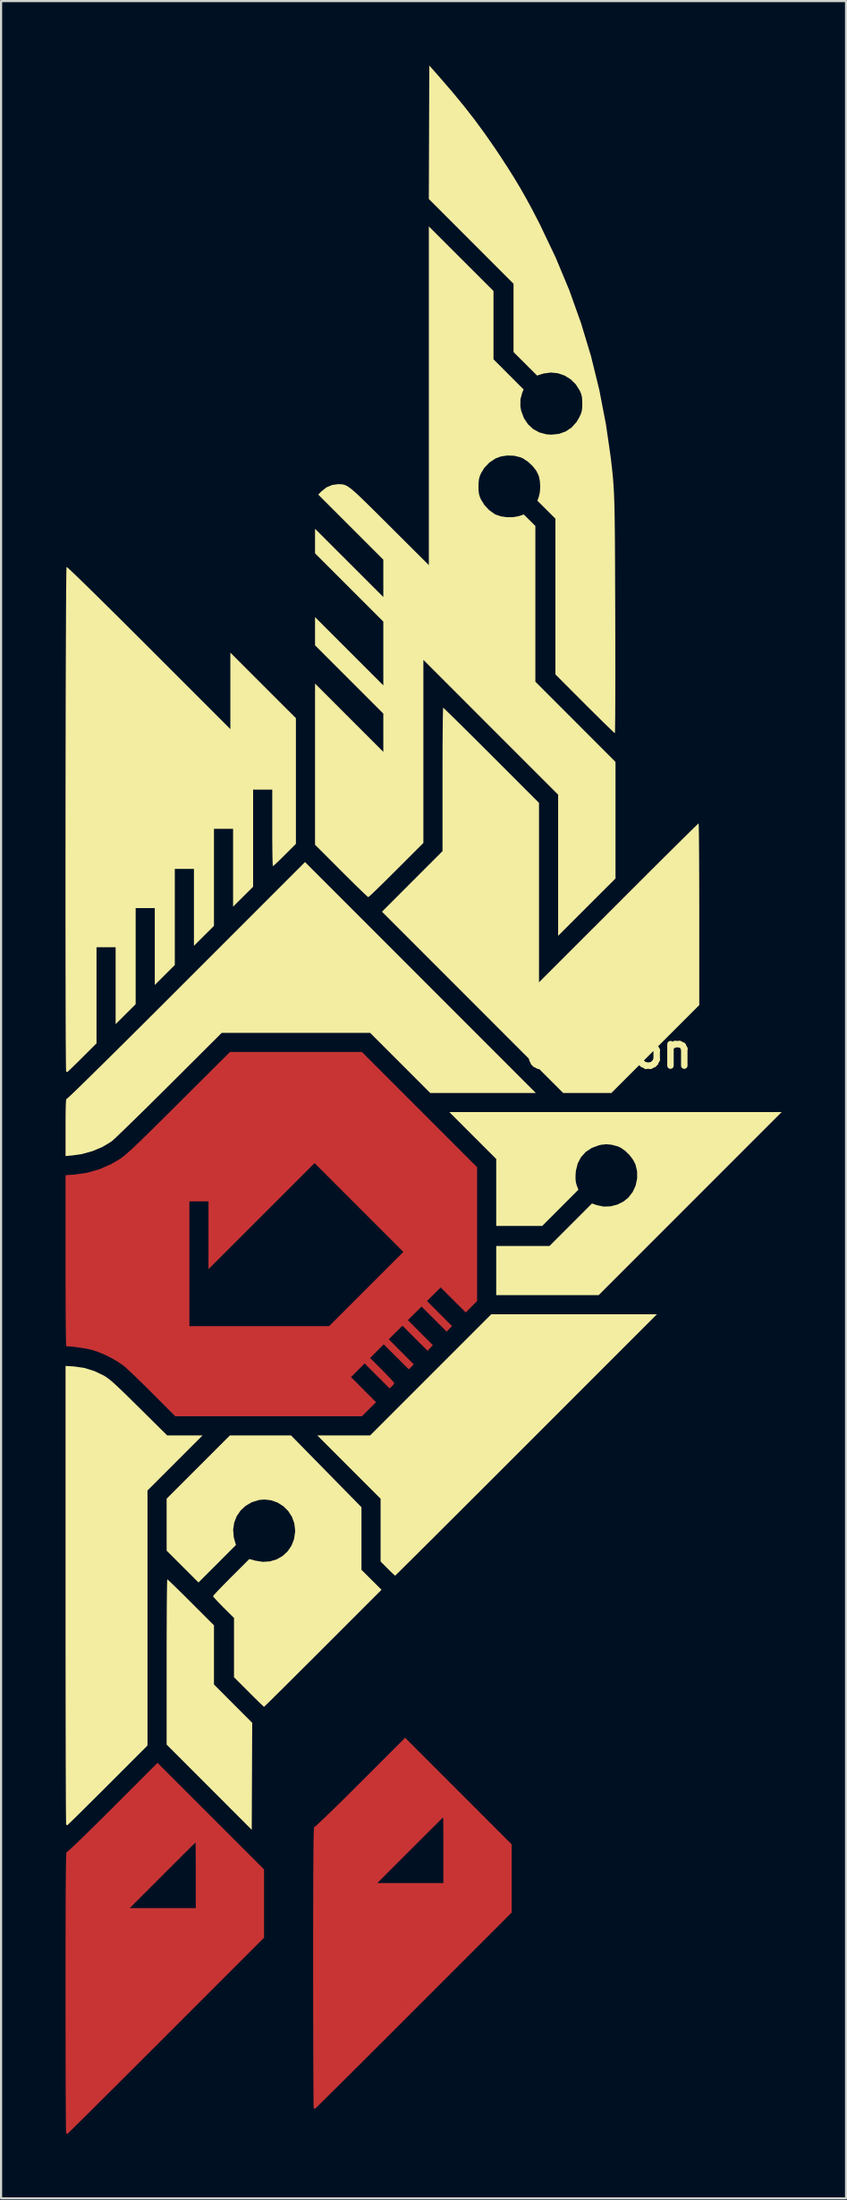
<source format=kicad_pcb>
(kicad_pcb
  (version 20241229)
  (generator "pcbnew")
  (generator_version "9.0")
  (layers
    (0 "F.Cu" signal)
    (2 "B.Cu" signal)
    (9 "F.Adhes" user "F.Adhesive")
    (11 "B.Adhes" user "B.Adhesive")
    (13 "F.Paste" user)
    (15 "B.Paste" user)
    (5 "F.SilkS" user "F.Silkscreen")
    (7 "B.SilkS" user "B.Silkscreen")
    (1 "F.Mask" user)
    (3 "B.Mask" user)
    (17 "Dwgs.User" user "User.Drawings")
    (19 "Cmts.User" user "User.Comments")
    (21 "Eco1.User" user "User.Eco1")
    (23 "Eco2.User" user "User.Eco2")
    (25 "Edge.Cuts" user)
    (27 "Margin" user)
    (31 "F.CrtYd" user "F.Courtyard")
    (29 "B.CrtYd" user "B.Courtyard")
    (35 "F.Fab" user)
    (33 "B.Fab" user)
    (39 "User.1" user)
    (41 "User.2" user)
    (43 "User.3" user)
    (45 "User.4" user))
  (footprint "dragon"
    (layer "F.Cu")
    (at 25.318 45.885)
    (property "Reference" "dragon" (at 0 0 0) (layer "F.SilkS") (effects (font (size 1.5 1.5) (thickness 0.3))))
    (attr board_only exclude_from_pos_files exclude_from_bom)
    (fp_poly (pts (xy -18.552 35.619) (xy -16.071 38.1) (xy -16.071 39.69) (xy -16.071 41.28) (xy -20.64 45.849) (xy -21.159 46.368) (xy -21.662 46.87) (xy -22.145 47.352) (xy -22.605 47.811) (xy -23.039 48.244) (xy -23.444 48.647) (xy -23.816 49.017) (xy -24.152 49.351) (xy -24.449 49.646) (xy -24.704 49.898) (xy -24.912 50.104) (xy -25.072 50.261) (xy -25.18 50.366) (xy -25.232 50.415) (xy -25.237 50.418) (xy -25.273 50.385) (xy -25.289 50.351) (xy -25.292 50.302) (xy -25.295 50.172) (xy -25.298 49.967) (xy -25.3 49.692) (xy -25.303 49.349) (xy -25.305 48.946) (xy -25.307 48.485) (xy -25.309 47.972) (xy -25.311 47.412) (xy -25.312 46.808) (xy -25.313 46.166) (xy -25.314 45.491) (xy -25.315 44.786) (xy -25.315 44.057) (xy -25.315 43.776) (xy -25.315 42.843) (xy -25.314 41.993) (xy -25.314 41.222) (xy -25.312 40.529) (xy -25.31 39.91) (xy -25.31 39.902) (xy -22.325 39.902) (xy -20.788 39.902) (xy -19.251 39.902) (xy -19.251 38.376) (xy -19.252 38.025) (xy -19.253 37.703) (xy -19.254 37.419) (xy -19.256 37.182) (xy -19.258 37.002) (xy -19.26 36.888) (xy -19.262 36.849) (xy -19.293 36.878) (xy -19.379 36.962) (xy -19.513 37.094) (xy -19.69 37.269) (xy -19.904 37.482) (xy -20.149 37.727) (xy -20.421 37.998) (xy -20.713 38.289) (xy -20.799 38.376) (xy -22.325 39.902) (xy -25.31 39.902) (xy -25.308 39.364) (xy -25.306 38.888) (xy -25.302 38.48) (xy -25.299 38.136) (xy -25.295 37.855) (xy -25.29 37.634) (xy -25.285 37.47) (xy -25.279 37.362) (xy -25.273 37.306) (xy -25.268 37.297) (xy -25.23 37.273) (xy -25.136 37.192) (xy -24.989 37.058) (xy -24.795 36.874) (xy -24.555 36.643) (xy -24.275 36.37) (xy -23.957 36.058) (xy -23.605 35.71) (xy -23.223 35.329) (xy -23.126 35.233) (xy -21.032 33.139)) (stroke (width 0) (type solid)) (fill yes) (layer "F.Cu"))
    (fp_poly (pts (xy -7.02 34.451) (xy -4.54 36.932) (xy -4.54 38.522) (xy -4.54 40.112) (xy -9.109 44.681) (xy -9.628 45.2) (xy -10.13 45.702) (xy -10.613 46.184) (xy -11.073 46.643) (xy -11.507 47.076) (xy -11.912 47.479) (xy -12.284 47.849) (xy -12.62 48.183) (xy -12.918 48.478) (xy -13.172 48.73) (xy -13.381 48.936) (xy -13.541 49.093) (xy -13.649 49.198) (xy -13.701 49.247) (xy -13.705 49.25) (xy -13.741 49.217) (xy -13.758 49.183) (xy -13.761 49.134) (xy -13.764 49.004) (xy -13.766 48.799) (xy -13.769 48.523) (xy -13.771 48.181) (xy -13.774 47.778) (xy -13.776 47.317) (xy -13.778 46.804) (xy -13.779 46.244) (xy -13.781 45.64) (xy -13.782 44.998) (xy -13.783 44.323) (xy -13.783 43.618) (xy -13.784 42.889) (xy -13.784 42.608) (xy -13.784 41.675) (xy -13.783 40.824) (xy -13.782 40.054) (xy -13.781 39.36) (xy -13.779 38.742) (xy -13.779 38.734) (xy -10.794 38.734) (xy -9.257 38.734) (xy -7.72 38.734) (xy -7.72 37.207) (xy -7.72 36.857) (xy -7.721 36.535) (xy -7.722 36.251) (xy -7.724 36.014) (xy -7.726 35.834) (xy -7.728 35.719) (xy -7.731 35.681) (xy -7.762 35.71) (xy -7.847 35.793) (xy -7.981 35.926) (xy -8.158 36.101) (xy -8.372 36.314) (xy -8.618 36.559) (xy -8.889 36.829) (xy -9.181 37.121) (xy -9.268 37.207) (xy -10.794 38.734) (xy -13.779 38.734) (xy -13.777 38.196) (xy -13.774 37.72) (xy -13.771 37.311) (xy -13.767 36.968) (xy -13.763 36.687) (xy -13.759 36.466) (xy -13.753 36.302) (xy -13.748 36.194) (xy -13.741 36.138) (xy -13.736 36.129) (xy -13.698 36.105) (xy -13.604 36.024) (xy -13.458 35.89) (xy -13.263 35.706) (xy -13.024 35.475) (xy -12.743 35.202) (xy -12.425 34.89) (xy -12.073 34.541) (xy -11.691 34.161) (xy -11.595 34.065) (xy -9.501 31.971)) (stroke (width 0) (type solid)) (fill yes) (layer "F.Cu"))
    (fp_poly (pts (xy -8.831 2.725) (xy -6.149 5.407) (xy -6.149 8.522) (xy -6.149 11.638) (xy -6.413 11.904) (xy -6.677 12.171) (xy -7.261 11.588) (xy -7.844 11.005) (xy -8.163 11.322) (xy -8.481 11.638) (xy -7.9 12.221) (xy -7.318 12.804) (xy -7.442 12.933) (xy -7.566 13.063) (xy -8.15 12.479) (xy -8.735 11.896) (xy -9.053 12.212) (xy -9.372 12.529) (xy -8.79 13.112) (xy -8.208 13.694) (xy -8.332 13.824) (xy -8.456 13.953) (xy -9.041 13.37) (xy -9.625 12.786) (xy -9.944 13.103) (xy -10.262 13.419) (xy -9.68 14.003) (xy -9.097 14.587) (xy -9.213 14.703) (xy -9.329 14.819) (xy -9.913 14.236) (xy -10.497 13.654) (xy -10.813 13.972) (xy -11.129 14.291) (xy -10.568 14.853) (xy -10.392 15.032) (xy -10.238 15.193) (xy -10.116 15.324) (xy -10.036 15.417) (xy -10.007 15.46) (xy -10.007 15.46) (xy -10.036 15.517) (xy -10.105 15.597) (xy -10.115 15.606) (xy -10.222 15.707) (xy -10.805 15.125) (xy -11.387 14.544) (xy -11.703 14.863) (xy -12.02 15.181) (xy -11.437 15.765) (xy -10.855 16.348) (xy -11.185 16.676) (xy -11.515 17.004) (xy -15.86 17.004) (xy -20.206 17.004) (xy -21.287 15.92) (xy -21.549 15.659) (xy -21.803 15.409) (xy -22.042 15.178) (xy -22.256 14.974) (xy -22.435 14.807) (xy -22.571 14.685) (xy -22.644 14.625) (xy -22.901 14.45) (xy -23.209 14.276) (xy -23.538 14.116) (xy -23.859 13.986) (xy -24.107 13.908) (xy -24.297 13.866) (xy -24.541 13.824) (xy -24.804 13.786) (xy -25.055 13.757) (xy -25.261 13.741) (xy -25.283 13.74) (xy -25.288 13.698) (xy -25.292 13.578) (xy -25.296 13.384) (xy -25.3 13.123) (xy -25.304 12.806) (xy -19.548 12.806) (xy -16.294 12.806) (xy -13.04 12.806) (xy -11.311 11.078) (xy -9.583 9.35) (xy -11.65 7.283) (xy -13.717 5.216) (xy -16.188 7.686) (xy -18.658 10.155) (xy -18.658 8.576) (xy -18.658 6.997) (xy -19.103 6.997) (xy -19.548 6.997) (xy -19.548 9.901) (xy -19.548 12.806) (xy -25.304 12.806) (xy -25.304 12.801) (xy -25.307 12.424) (xy -25.31 11.996) (xy -25.312 11.525) (xy -25.314 11.016) (xy -25.315 10.475) (xy -25.315 9.908) (xy -25.315 9.759) (xy -25.315 5.779) (xy -24.919 5.752) (xy -24.317 5.667) (xy -23.734 5.501) (xy -23.175 5.254) (xy -22.782 5.022) (xy -22.702 4.967) (xy -22.612 4.897) (xy -22.506 4.809) (xy -22.38 4.699) (xy -22.229 4.562) (xy -22.051 4.395) (xy -21.84 4.192) (xy -21.591 3.951) (xy -21.301 3.667) (xy -20.966 3.336) (xy -20.58 2.953) (xy -20.14 2.515) (xy -20.034 2.41) (xy -17.658 0.042) (xy -14.585 0.042) (xy -11.512 0.042)) (stroke (width 0) (type solid)) (fill yes) (layer "F.Cu"))
    (fp_poly (pts (xy -20.541 24.623) (xy -20.452 24.706) (xy -20.317 24.835) (xy -20.143 25.004) (xy -19.937 25.206) (xy -19.706 25.434) (xy -19.474 25.665) (xy -18.403 26.735) (xy -18.403 28.113) (xy -18.403 29.491) (xy -17.513 30.383) (xy -16.622 31.274) (xy -16.633 33.765) (xy -16.644 36.256) (xy -18.626 34.273) (xy -20.608 32.29) (xy -20.608 28.442) (xy -20.608 27.879) (xy -20.607 27.341) (xy -20.605 26.833) (xy -20.603 26.362) (xy -20.601 25.934) (xy -20.598 25.554) (xy -20.594 25.229) (xy -20.59 24.965) (xy -20.586 24.767) (xy -20.582 24.642) (xy -20.577 24.595) (xy -20.577 24.594)) (stroke (width 0) (type solid)) (fill yes) (layer "F.SilkS"))
    (fp_poly (pts (xy -3.859 18.34) (xy -4.458 18.939) (xy -5.042 19.523) (xy -5.607 20.087) (xy -6.15 20.63) (xy -6.669 21.148) (xy -7.161 21.639) (xy -7.623 22.099) (xy -8.051 22.526) (xy -8.444 22.918) (xy -8.799 23.27) (xy -9.111 23.581) (xy -9.38 23.848) (xy -9.602 24.068) (xy -9.773 24.238) (xy -9.892 24.355) (xy -9.956 24.416) (xy -9.966 24.425) (xy -10.003 24.396) (xy -10.086 24.32) (xy -10.203 24.207) (xy -10.316 24.095) (xy -10.643 23.766) (xy -10.643 22.304) (xy -10.643 20.842) (xy -12.117 19.368) (xy -13.59 17.894) (xy -12.36 17.894) (xy -11.131 17.894) (xy -8.311 15.075) (xy -5.492 12.255) (xy -1.633 12.255) (xy 2.226 12.255)) (stroke (width 0) (type solid)) (fill yes) (layer "F.SilkS"))
    (fp_poly (pts (xy -8.788 -3.424) (xy -3.414 1.951) (xy -5.873 1.951) (xy -8.333 1.951) (xy -9.732 0.551) (xy -11.131 -0.848) (xy -14.586 -0.848) (xy -18.041 -0.848) (xy -20.501 1.604) (xy -20.886 1.986) (xy -21.257 2.354) (xy -21.61 2.703) (xy -21.941 3.027) (xy -22.243 3.323) (xy -22.512 3.585) (xy -22.744 3.808) (xy -22.932 3.988) (xy -23.073 4.119) (xy -23.161 4.197) (xy -23.181 4.213) (xy -23.594 4.462) (xy -24.058 4.658) (xy -24.552 4.795) (xy -24.987 4.859) (xy -25.315 4.888) (xy -25.315 3.544) (xy -25.314 3.143) (xy -25.311 2.822) (xy -25.306 2.575) (xy -25.299 2.398) (xy -25.29 2.286) (xy -25.277 2.234) (xy -25.268 2.229) (xy -25.233 2.203) (xy -25.14 2.119) (xy -24.992 1.979) (xy -24.79 1.785) (xy -24.537 1.539) (xy -24.236 1.244) (xy -23.887 0.901) (xy -23.494 0.514) (xy -23.058 0.083) (xy -22.582 -0.389) (xy -22.068 -0.9) (xy -21.518 -1.447) (xy -20.934 -2.029) (xy -20.318 -2.644) (xy -19.692 -3.27) (xy -14.163 -8.799)) (stroke (width 0) (type solid)) (fill yes) (layer "F.SilkS"))
    (fp_poly (pts (xy 3.774 7.103) (xy -0.487 11.364) (xy -2.873 11.364) (xy -5.258 11.364) (xy -5.258 10.219) (xy -5.258 9.074) (xy -4.017 9.074) (xy -2.777 9.074) (xy -1.788 8.085) (xy -0.8 7.096) (xy -0.559 7.178) (xy -0.251 7.24) (xy 0.069 7.228) (xy 0.384 7.147) (xy 0.675 7.001) (xy 0.89 6.827) (xy 1.095 6.565) (xy 1.234 6.262) (xy 1.305 5.935) (xy 1.304 5.601) (xy 1.227 5.279) (xy 1.112 5.057) (xy 0.947 4.84) (xy 0.75 4.648) (xy 0.543 4.502) (xy 0.403 4.438) (xy 0.121 4.362) (xy -0.127 4.338) (xy -0.371 4.363) (xy -0.469 4.385) (xy -0.807 4.51) (xy -1.088 4.696) (xy -1.308 4.938) (xy -1.462 5.231) (xy -1.547 5.572) (xy -1.56 5.715) (xy -1.566 5.932) (xy -1.551 6.096) (xy -1.514 6.236) (xy -1.505 6.26) (xy -1.431 6.455) (xy -2.273 7.298) (xy -3.116 8.142) (xy -4.187 8.142) (xy -5.258 8.142) (xy -5.258 6.584) (xy -5.258 5.025) (xy -6.35 3.933) (xy -7.441 2.841) (xy 0.297 2.841) (xy 8.035 2.841)) (stroke (width 0) (type solid)) (fill yes) (layer "F.SilkS"))
    (fp_poly (pts (xy -24.921 14.683) (xy -24.439 14.752) (xy -23.961 14.903) (xy -23.534 15.108) (xy -23.447 15.16) (xy -23.355 15.224) (xy -23.251 15.304) (xy -23.128 15.407) (xy -22.981 15.54) (xy -22.803 15.707) (xy -22.586 15.915) (xy -22.326 16.169) (xy -22.014 16.477) (xy -21.899 16.59) (xy -20.582 17.894) (xy -19.758 17.894) (xy -18.934 17.894) (xy -20.216 19.177) (xy -21.499 20.46) (xy -21.499 26.397) (xy -21.499 32.333) (xy -23.354 34.188) (xy -23.682 34.516) (xy -23.993 34.825) (xy -24.28 35.111) (xy -24.539 35.368) (xy -24.765 35.591) (xy -24.953 35.775) (xy -25.097 35.915) (xy -25.192 36.006) (xy -25.233 36.043) (xy -25.234 36.043) (xy -25.284 36.018) (xy -25.287 36.015) (xy -25.289 35.971) (xy -25.292 35.845) (xy -25.294 35.642) (xy -25.297 35.365) (xy -25.299 35.017) (xy -25.301 34.603) (xy -25.303 34.125) (xy -25.305 33.588) (xy -25.307 32.994) (xy -25.308 32.348) (xy -25.31 31.653) (xy -25.311 30.913) (xy -25.312 30.131) (xy -25.313 29.312) (xy -25.314 28.457) (xy -25.315 27.572) (xy -25.315 26.659) (xy -25.315 25.723) (xy -25.315 25.323) (xy -25.315 14.659)) (stroke (width 0) (type solid)) (fill yes) (layer "F.SilkS"))
    (fp_poly (pts (xy -7.694 -15.957) (xy -7.604 -15.872) (xy -7.465 -15.737) (xy -7.279 -15.556) (xy -7.053 -15.333) (xy -6.79 -15.074) (xy -6.496 -14.782) (xy -6.176 -14.464) (xy -5.833 -14.123) (xy -5.481 -13.771) (xy -3.265 -11.555) (xy -3.265 -7.379) (xy -3.265 -3.202) (xy 0.435 -6.901) (xy 0.901 -7.367) (xy 1.351 -7.816) (xy 1.78 -8.245) (xy 2.186 -8.649) (xy 2.564 -9.025) (xy 2.912 -9.37) (xy 3.224 -9.68) (xy 3.499 -9.951) (xy 3.731 -10.18) (xy 3.917 -10.363) (xy 4.055 -10.497) (xy 4.139 -10.577) (xy 4.166 -10.601) (xy 4.171 -10.56) (xy 4.175 -10.439) (xy 4.179 -10.245) (xy 4.183 -9.983) (xy 4.186 -9.659) (xy 4.189 -9.279) (xy 4.192 -8.848) (xy 4.194 -8.372) (xy 4.196 -7.857) (xy 4.197 -7.308) (xy 4.198 -6.731) (xy 4.198 -6.371) (xy 4.198 -2.141) (xy 2.152 -0.095) (xy 0.106 1.951) (xy -1.018 1.951) (xy -2.142 1.951) (xy -6.361 -2.269) (xy -10.579 -6.488) (xy -9.17 -7.898) (xy -7.76 -9.308) (xy -7.76 -12.647) (xy -7.76 -13.171) (xy -7.758 -13.67) (xy -7.757 -14.137) (xy -7.754 -14.566) (xy -7.751 -14.95) (xy -7.748 -15.284) (xy -7.744 -15.56) (xy -7.739 -15.773) (xy -7.735 -15.916) (xy -7.73 -15.982) (xy -7.728 -15.986)) (stroke (width 0) (type solid)) (fill yes) (layer "F.SilkS"))
    (fp_poly (pts (xy -13.174 19.566) (xy -11.534 21.237) (xy -11.534 22.694) (xy -11.534 24.151) (xy -11.067 24.616) (xy -10.6 25.081) (xy -13.325 27.806) (xy -13.724 28.205) (xy -14.106 28.586) (xy -14.466 28.945) (xy -14.801 29.279) (xy -15.106 29.582) (xy -15.377 29.851) (xy -15.61 30.081) (xy -15.799 30.268) (xy -15.943 30.408) (xy -16.034 30.497) (xy -16.071 30.531) (xy -16.071 30.531) (xy -16.106 30.502) (xy -16.192 30.422) (xy -16.321 30.298) (xy -16.483 30.139) (xy -16.669 29.954) (xy -16.782 29.841) (xy -17.47 29.152) (xy -17.47 27.773) (xy -17.47 26.395) (xy -17.958 25.909) (xy -18.122 25.742) (xy -18.263 25.595) (xy -18.37 25.478) (xy -18.433 25.402) (xy -18.446 25.379) (xy -18.417 25.339) (xy -18.335 25.247) (xy -18.209 25.112) (xy -18.044 24.941) (xy -17.851 24.743) (xy -17.635 24.525) (xy -17.602 24.493) (xy -16.758 23.65) (xy -16.479 23.725) (xy -16.128 23.781) (xy -15.794 23.759) (xy -15.485 23.666) (xy -15.21 23.51) (xy -14.977 23.297) (xy -14.796 23.033) (xy -14.675 22.726) (xy -14.624 22.381) (xy -14.623 22.313) (xy -14.663 21.982) (xy -14.775 21.68) (xy -14.948 21.413) (xy -15.173 21.191) (xy -15.439 21.023) (xy -15.737 20.916) (xy -16.057 20.878) (xy -16.303 20.901) (xy -16.635 21.002) (xy -16.923 21.169) (xy -17.162 21.39) (xy -17.343 21.656) (xy -17.461 21.956) (xy -17.51 22.28) (xy -17.483 22.618) (xy -17.451 22.75) (xy -17.379 22.997) (xy -18.251 23.87) (xy -19.124 24.742) (xy -19.866 24.001) (xy -20.608 23.26) (xy -20.608 22.05) (xy -20.608 20.841) (xy -19.135 19.368) (xy -17.661 17.894) (xy -16.238 17.894) (xy -14.814 17.894)) (stroke (width 0) (type solid)) (fill yes) (layer "F.SilkS"))
    (fp_poly (pts (xy -25.232 -22.515) (xy -25.138 -22.432) (xy -24.991 -22.294) (xy -24.791 -22.103) (xy -24.543 -21.863) (xy -24.248 -21.575) (xy -23.909 -21.242) (xy -23.529 -20.867) (xy -23.11 -20.453) (xy -22.655 -20.002) (xy -22.168 -19.516) (xy -21.649 -18.999) (xy -21.43 -18.78) (xy -17.64 -14.99) (xy -17.64 -16.771) (xy -17.64 -18.551) (xy -16.114 -17.025) (xy -14.587 -15.499) (xy -14.587 -12.572) (xy -14.587 -9.646) (xy -15.107 -9.127) (xy -15.278 -8.958) (xy -15.43 -8.811) (xy -15.55 -8.698) (xy -15.63 -8.627) (xy -15.658 -8.608) (xy -15.665 -8.649) (xy -15.671 -8.766) (xy -15.677 -8.95) (xy -15.681 -9.193) (xy -15.685 -9.486) (xy -15.688 -9.819) (xy -15.689 -10.185) (xy -15.689 -10.389) (xy -15.689 -12.17) (xy -16.135 -12.17) (xy -16.58 -12.17) (xy -16.58 -9.911) (xy -16.58 -7.652) (xy -17.046 -7.187) (xy -17.513 -6.722) (xy -17.513 -8.535) (xy -17.513 -10.347) (xy -17.958 -10.347) (xy -18.403 -10.347) (xy -18.403 -8.088) (xy -18.403 -5.829) (xy -18.87 -5.364) (xy -19.336 -4.899) (xy -19.336 -6.69) (xy -19.336 -8.481) (xy -19.781 -8.481) (xy -20.227 -8.481) (xy -20.227 -6.243) (xy -20.227 -4.006) (xy -20.693 -3.541) (xy -21.16 -3.076) (xy -21.16 -4.867) (xy -21.16 -6.657) (xy -21.605 -6.657) (xy -22.05 -6.657) (xy -22.05 -4.42) (xy -22.05 -2.182) (xy -22.517 -1.717) (xy -22.983 -1.252) (xy -22.983 -3.043) (xy -22.983 -4.834) (xy -23.428 -4.834) (xy -23.873 -4.834) (xy -23.873 -2.597) (xy -23.873 -0.359) (xy -24.542 0.308) (xy -24.736 0.501) (xy -24.911 0.672) (xy -25.056 0.813) (xy -25.164 0.915) (xy -25.224 0.969) (xy -25.234 0.975) (xy -25.284 0.95) (xy -25.287 0.947) (xy -25.291 0.901) (xy -25.294 0.775) (xy -25.297 0.573) (xy -25.3 0.298) (xy -25.303 -0.045) (xy -25.306 -0.451) (xy -25.308 -0.918) (xy -25.31 -1.44) (xy -25.312 -2.013) (xy -25.313 -2.633) (xy -25.314 -3.297) (xy -25.316 -3.999) (xy -25.316 -4.737) (xy -25.317 -5.504) (xy -25.318 -6.298) (xy -25.318 -7.115) (xy -25.318 -7.949) (xy -25.318 -8.797) (xy -25.317 -9.655) (xy -25.317 -10.518) (xy -25.316 -11.383) (xy -25.315 -12.244) (xy -25.314 -13.099) (xy -25.313 -13.943) (xy -25.311 -14.771) (xy -25.31 -15.58) (xy -25.308 -16.365) (xy -25.306 -17.122) (xy -25.304 -17.848) (xy -25.301 -18.537) (xy -25.299 -19.186) (xy -25.296 -19.79) (xy -25.294 -20.345) (xy -25.291 -20.848) (xy -25.288 -21.294) (xy -25.284 -21.678) (xy -25.281 -21.997) (xy -25.278 -22.247) (xy -25.274 -22.423) (xy -25.27 -22.521) (xy -25.268 -22.541)) (stroke (width 0) (type solid)) (fill yes) (layer "F.SilkS"))
    (fp_poly (pts (xy -7.859 -45.3) (xy -7.283 -44.632) (xy -6.757 -43.993) (xy -6.265 -43.362) (xy -5.789 -42.715) (xy -5.314 -42.031) (xy -5.067 -41.662) (xy -4.731 -41.146) (xy -4.429 -40.666) (xy -4.149 -40.199) (xy -3.879 -39.726) (xy -3.606 -39.224) (xy -3.319 -38.673) (xy -3.201 -38.439) (xy -2.488 -36.942) (xy -1.858 -35.431) (xy -1.311 -33.902) (xy -0.843 -32.351) (xy -0.456 -30.775) (xy -0.146 -29.168) (xy 0.064 -27.716) (xy 0.093 -27.483) (xy 0.118 -27.267) (xy 0.141 -27.063) (xy 0.162 -26.865) (xy 0.18 -26.669) (xy 0.196 -26.468) (xy 0.21 -26.258) (xy 0.223 -26.033) (xy 0.233 -25.788) (xy 0.242 -25.517) (xy 0.25 -25.214) (xy 0.257 -24.875) (xy 0.262 -24.494) (xy 0.267 -24.066) (xy 0.271 -23.584) (xy 0.274 -23.045) (xy 0.277 -22.442) (xy 0.279 -21.77) (xy 0.282 -21.023) (xy 0.285 -20.259) (xy 0.286 -19.585) (xy 0.288 -18.936) (xy 0.288 -18.316) (xy 0.289 -17.73) (xy 0.288 -17.182) (xy 0.287 -16.678) (xy 0.286 -16.223) (xy 0.284 -15.822) (xy 0.282 -15.48) (xy 0.279 -15.202) (xy 0.276 -14.993) (xy 0.272 -14.857) (xy 0.268 -14.8) (xy 0.267 -14.799) (xy 0.231 -14.828) (xy 0.141 -14.911) (xy 0.004 -15.043) (xy -0.175 -15.216) (xy -0.389 -15.426) (xy -0.632 -15.667) (xy -0.899 -15.931) (xy -1.135 -16.167) (xy -2.502 -17.535) (xy -2.502 -21.161) (xy -2.502 -24.787) (xy -2.922 -25.205) (xy -3.342 -25.624) (xy -3.277 -25.798) (xy -3.226 -26.012) (xy -3.209 -26.269) (xy -3.225 -26.534) (xy -3.274 -26.771) (xy -3.283 -26.797) (xy -3.396 -27.023) (xy -3.571 -27.245) (xy -3.786 -27.443) (xy -4.018 -27.595) (xy -4.134 -27.646) (xy -4.428 -27.717) (xy -4.743 -27.728) (xy -5.05 -27.68) (xy -5.291 -27.59) (xy -5.58 -27.397) (xy -5.817 -27.147) (xy -5.971 -26.89) (xy -6.031 -26.745) (xy -6.065 -26.607) (xy -6.081 -26.443) (xy -6.084 -26.29) (xy -6.08 -26.091) (xy -6.062 -25.942) (xy -6.024 -25.811) (xy -5.972 -25.688) (xy -5.808 -25.423) (xy -5.59 -25.188) (xy -5.341 -25.008) (xy -5.281 -24.977) (xy -5.045 -24.897) (xy -4.767 -24.856) (xy -4.483 -24.856) (xy -4.226 -24.9) (xy -4.193 -24.91) (xy -3.973 -24.982) (xy -3.704 -24.715) (xy -3.435 -24.448) (xy -3.435 -20.823) (xy -3.435 -17.197) (xy -1.569 -15.33) (xy 0.297 -13.462) (xy 0.297 -10.749) (xy 0.297 -8.035) (xy -1.039 -6.7) (xy -2.375 -5.365) (xy -2.375 -8.651) (xy -2.375 -11.937) (xy -5.513 -15.075) (xy -8.65 -18.212) (xy -8.65 -13.951) (xy -8.65 -9.689) (xy -9.912 -8.428) (xy -10.182 -8.159) (xy -10.434 -7.909) (xy -10.662 -7.686) (xy -10.86 -7.494) (xy -11.02 -7.341) (xy -11.137 -7.232) (xy -11.204 -7.174) (xy -11.216 -7.166) (xy -11.255 -7.195) (xy -11.346 -7.278) (xy -11.484 -7.409) (xy -11.662 -7.58) (xy -11.874 -7.787) (xy -12.112 -8.022) (xy -12.371 -8.279) (xy -12.478 -8.386) (xy -13.696 -9.605) (xy -13.696 -13.357) (xy -13.696 -17.11) (xy -12.106 -15.52) (xy -10.516 -13.93) (xy -10.516 -14.821) (xy -10.516 -15.711) (xy -12.106 -17.301) (xy -13.696 -18.891) (xy -13.696 -19.548) (xy -13.696 -20.205) (xy -12.106 -18.615) (xy -10.516 -17.026) (xy -10.516 -18.51) (xy -10.516 -19.994) (xy -12.106 -21.584) (xy -13.696 -23.173) (xy -13.696 -23.746) (xy -13.696 -24.318) (xy -12.106 -22.729) (xy -10.516 -21.139) (xy -10.516 -22.008) (xy -10.516 -22.877) (xy -12.031 -24.392) (xy -13.546 -25.907) (xy -13.4 -26.057) (xy -13.163 -26.245) (xy -12.894 -26.357) (xy -12.641 -26.391) (xy -12.548 -26.391) (xy -12.466 -26.389) (xy -12.388 -26.378) (xy -12.31 -26.357) (xy -12.226 -26.319) (xy -12.131 -26.261) (xy -12.02 -26.179) (xy -11.886 -26.067) (xy -11.726 -25.923) (xy -11.534 -25.741) (xy -11.304 -25.518) (xy -11.031 -25.249) (xy -10.709 -24.93) (xy -10.335 -24.557) (xy -10.23 -24.453) (xy -8.396 -22.625) (xy -8.396 -30.511) (xy -8.396 -38.396) (xy -6.891 -36.891) (xy -5.385 -35.387) (xy -5.385 -33.797) (xy -5.385 -32.207) (xy -4.684 -31.505) (xy -3.983 -30.803) (xy -4.046 -30.653) (xy -4.13 -30.343) (xy -4.133 -30.014) (xy -4.095 -29.807) (xy -3.969 -29.47) (xy -3.782 -29.186) (xy -3.541 -28.962) (xy -3.252 -28.803) (xy -2.923 -28.715) (xy -2.693 -28.698) (xy -2.338 -28.735) (xy -2.021 -28.848) (xy -1.746 -29.033) (xy -1.519 -29.287) (xy -1.39 -29.504) (xy -1.319 -29.658) (xy -1.277 -29.785) (xy -1.257 -29.919) (xy -1.251 -30.095) (xy -1.251 -30.148) (xy -1.256 -30.345) (xy -1.273 -30.491) (xy -1.31 -30.616) (xy -1.369 -30.75) (xy -1.555 -31.042) (xy -1.795 -31.277) (xy -2.075 -31.45) (xy -2.384 -31.557) (xy -2.711 -31.591) (xy -3.042 -31.547) (xy -3.115 -31.526) (xy -3.356 -31.45) (xy -3.904 -31.997) (xy -4.452 -32.544) (xy -4.452 -34.134) (xy -4.452 -35.723) (xy -6.424 -37.697) (xy -8.397 -39.671) (xy -8.386 -42.778) (xy -8.375 -45.885)) (stroke (width 0) (type solid)) (fill yes) (layer "F.SilkS"))
    (zone (net_name "") (layer "F.Mask") (hatch edge 0.5) (connect_pads) (min_thickness 0.25) (filled_areas_thickness no) (keepout (tracks not_allowed) (vias not_allowed) (pads not_allowed) (copperpour allowed) (footprints allowed)) (placement (enabled no)) (fill) (polygon (pts (xy 15.818 77.855) (xy 11.578 82.045) (xy 11.618 95.135) (xy 20.778 85.995) (xy 20.778 82.815)))))
  (gr_rect
    (start -3 -3)
    (end 36.353 99.303)
    (stroke (width 0.1) (type default))
    (fill no)
    (layer "Edge.Cuts")))
</source>
